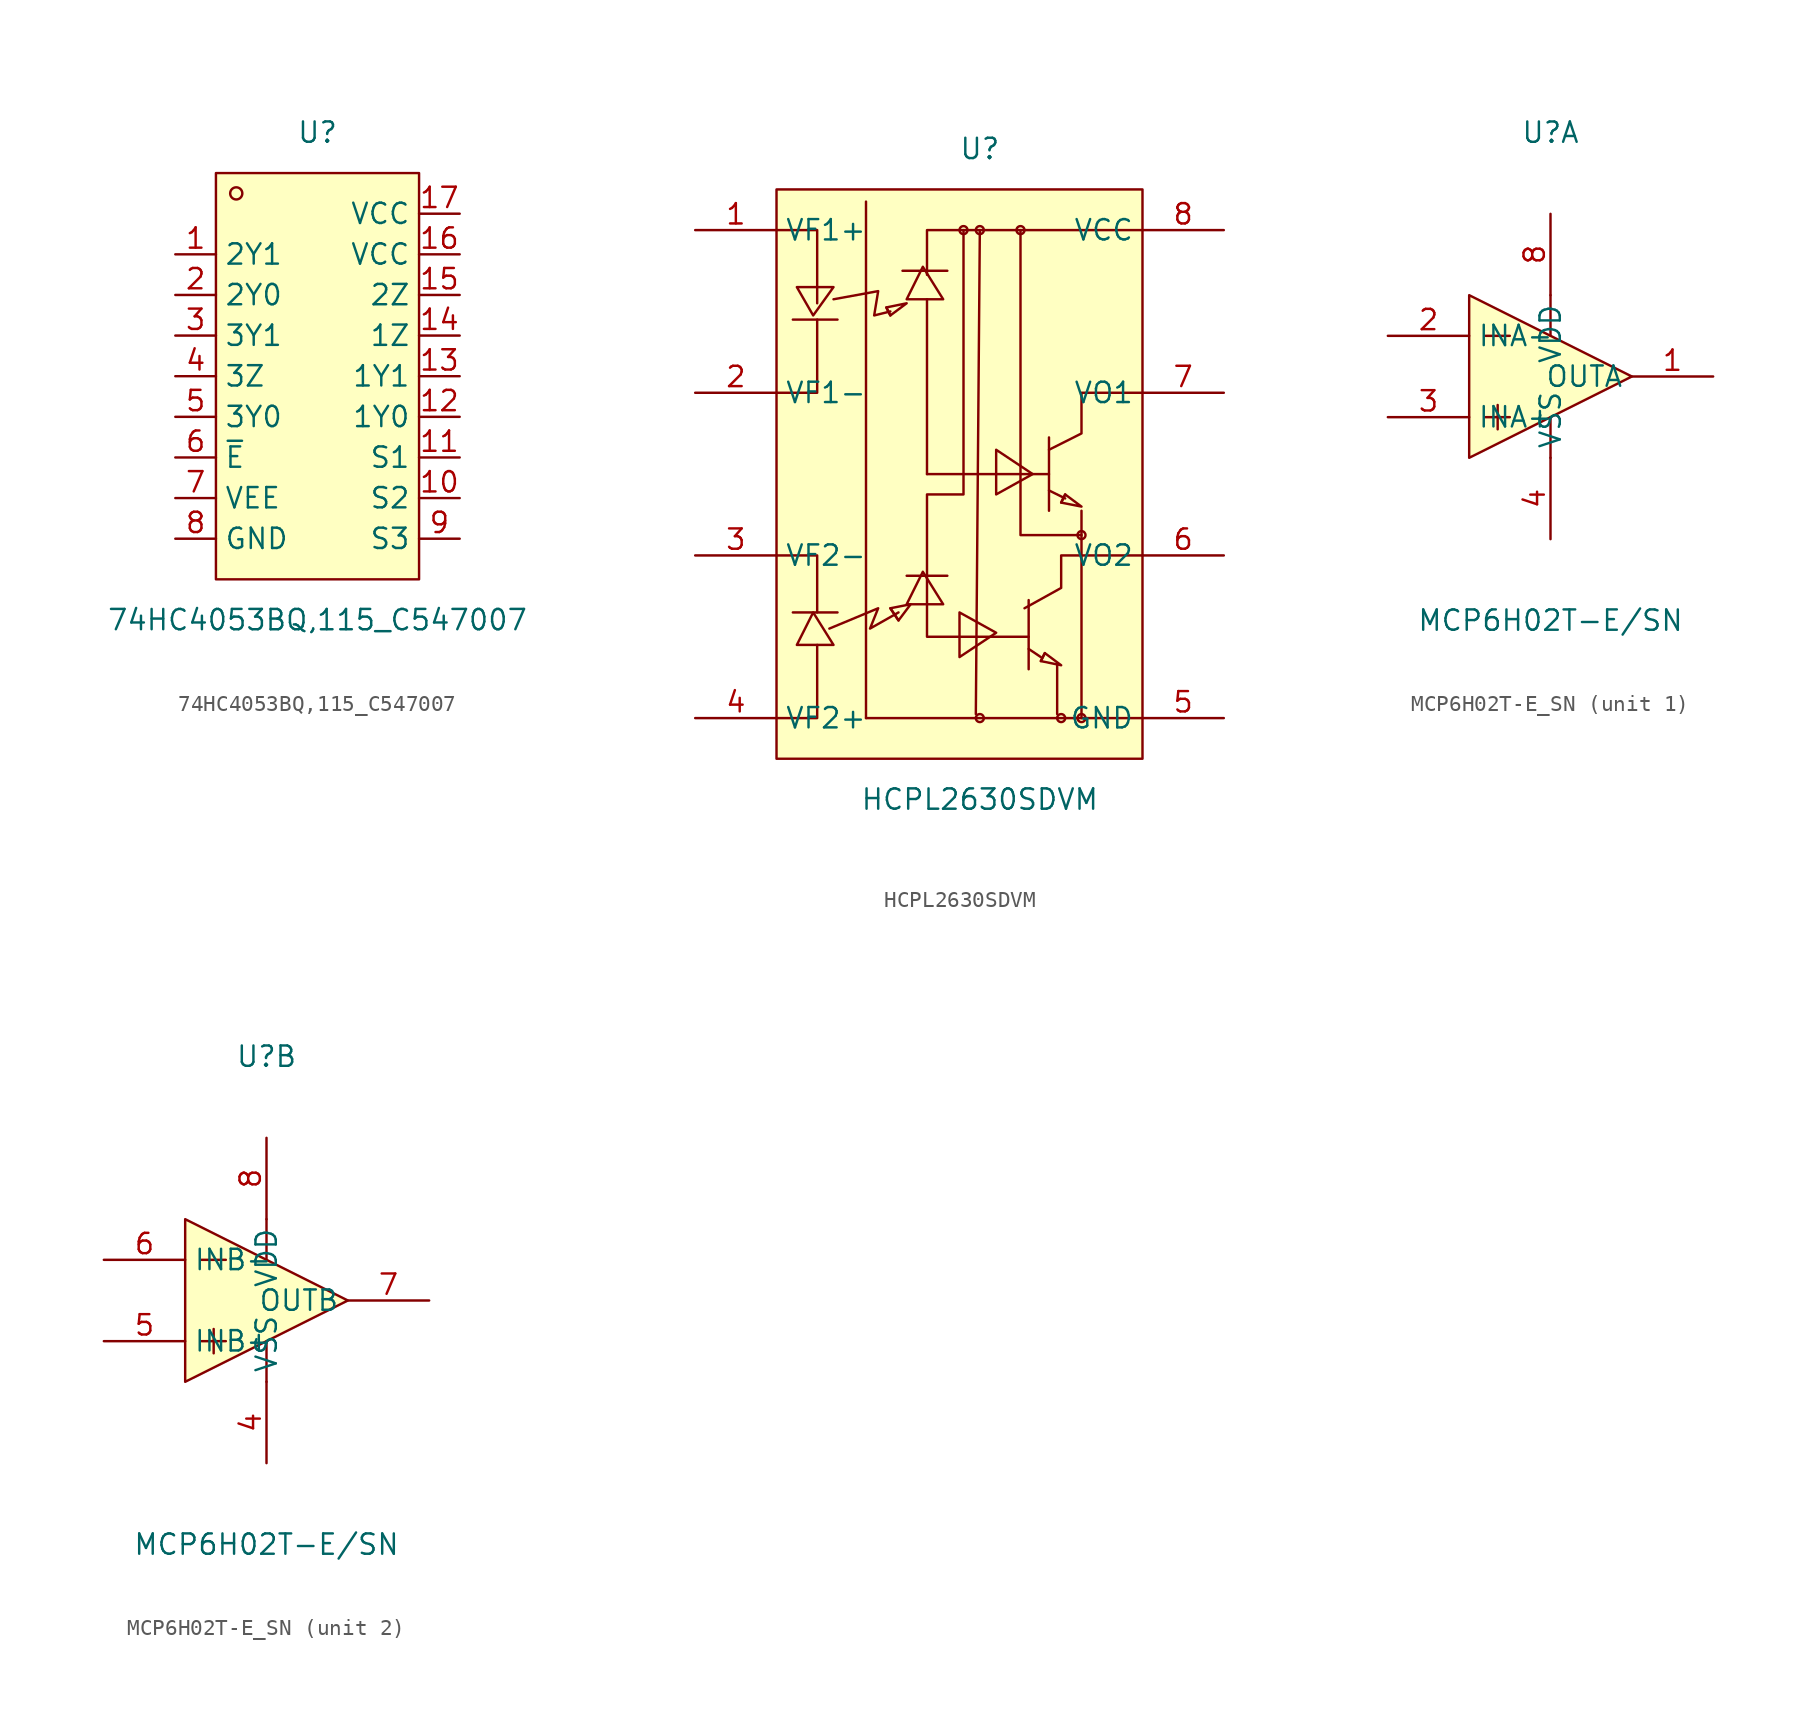
<source format=kicad_sym>
(kicad_symbol_lib
  (version 20241209)
  (generator "kicad_symbol_editor")
  (generator_version "9.0")
  (symbol "74HC4053BQ,115_C547007"
    (property "Reference" "U"
      (at 0 15.24 0)
      (effects (font (size 1.27 1.27))))
    (property "Value" "74HC4053BQ,115_C547007"
      (at 0 -15.24 0)
      (effects (font (size 1.27 1.27))))
    (symbol "74HC4053BQ,115_C547007_0_1"
      (rectangle (start -6.35 12.7) (end 6.35 -12.7) (stroke (width 0) (type default)) (fill (type background)))
      (circle (center -5.08 11.43) (radius 0.38) (stroke (width 0) (type default)) (fill (type none)))
      (pin unspecified line (at -8.89 7.62 0) (length 2.54) (name "2Y1" (effects (font (size 1.27 1.27)))) (number "1" (effects (font (size 1.27 1.27)))))
      (pin unspecified line (at -8.89 5.08 0) (length 2.54) (name "2Y0" (effects (font (size 1.27 1.27)))) (number "2" (effects (font (size 1.27 1.27)))))
      (pin unspecified line (at -8.89 2.54 0) (length 2.54) (name "3Y1" (effects (font (size 1.27 1.27)))) (number "3" (effects (font (size 1.27 1.27)))))
      (pin unspecified line (at -8.89 0 0) (length 2.54) (name "3Z" (effects (font (size 1.27 1.27)))) (number "4" (effects (font (size 1.27 1.27)))))
      (pin unspecified line (at -8.89 -2.54 0) (length 2.54) (name "3Y0" (effects (font (size 1.27 1.27)))) (number "5" (effects (font (size 1.27 1.27)))))
      (pin unspecified line (at -8.89 -5.08 0) (length 2.54) (name "~{E}" (effects (font (size 1.27 1.27)))) (number "6" (effects (font (size 1.27 1.27)))))
      (pin unspecified line (at -8.89 -7.62 0) (length 2.54) (name "VEE" (effects (font (size 1.27 1.27)))) (number "7" (effects (font (size 1.27 1.27)))))
      (pin unspecified line (at -8.89 -10.16 0) (length 2.54) (name "GND" (effects (font (size 1.27 1.27)))) (number "8" (effects (font (size 1.27 1.27)))))
      (pin unspecified line (at 8.89 10.16 180) (length 2.54) (name "VCC" (effects (font (size 1.27 1.27)))) (number "17" (effects (font (size 1.27 1.27)))))
      (pin unspecified line (at 8.89 7.62 180) (length 2.54) (name "VCC" (effects (font (size 1.27 1.27)))) (number "16" (effects (font (size 1.27 1.27)))))
      (pin unspecified line (at 8.89 5.08 180) (length 2.54) (name "2Z" (effects (font (size 1.27 1.27)))) (number "15" (effects (font (size 1.27 1.27)))))
      (pin unspecified line (at 8.89 2.54 180) (length 2.54) (name "1Z" (effects (font (size 1.27 1.27)))) (number "14" (effects (font (size 1.27 1.27)))))
      (pin unspecified line (at 8.89 0 180) (length 2.54) (name "1Y1" (effects (font (size 1.27 1.27)))) (number "13" (effects (font (size 1.27 1.27)))))
      (pin unspecified line (at 8.89 -2.54 180) (length 2.54) (name "1Y0" (effects (font (size 1.27 1.27)))) (number "12" (effects (font (size 1.27 1.27)))))
      (pin unspecified line (at 8.89 -5.08 180) (length 2.54) (name "S1" (effects (font (size 1.27 1.27)))) (number "11" (effects (font (size 1.27 1.27)))))
      (pin unspecified line (at 8.89 -7.62 180) (length 2.54) (name "S2" (effects (font (size 1.27 1.27)))) (number "10" (effects (font (size 1.27 1.27)))))
      (pin unspecified line (at 8.89 -10.16 180) (length 2.54) (name "S3" (effects (font (size 1.27 1.27)))) (number "9" (effects (font (size 1.27 1.27)))))))
  (symbol "HCPL2630SDVM"
    (property "Reference" "U"
      (at 0 20.32 0)
      (effects (font (size 1.27 1.27))))
    (property "Value" "HCPL2630SDVM"
      (at 0 -20.32 0)
      (effects (font (size 1.27 1.27))))
    (symbol "HCPL2630SDVM_0_1"
      (rectangle (start -12.7 17.78) (end 10.16 -17.78) (stroke (width 0) (type default)) (fill (type background)))
      (polyline (pts (xy -12.7 5.08) (xy -10.16 5.08) (xy -10.16 9.65)) (stroke (width 0) (type default)) (fill (type none)))
      (polyline (pts (xy -12.7 -5.08) (xy -10.16 -5.08) (xy -10.16 -8.64)) (stroke (width 0) (type default)) (fill (type none)))
      (polyline (pts (xy -11.68 9.65) (xy -8.89 9.65)) (stroke (width 0) (type default)) (fill (type none)))
      (polyline (pts (xy -11.68 -8.64) (xy -8.89 -8.64)) (stroke (width 0) (type default)) (fill (type none)))
      (polyline (pts (xy -10.16 10.67) (xy -10.16 15.24) (xy -12.7 15.24)) (stroke (width 0) (type default)) (fill (type none)))
      (polyline (pts (xy -10.16 -10.67) (xy -10.16 -15.24) (xy -12.7 -15.24)) (stroke (width 0) (type default)) (fill (type none)))
      (polyline (pts (xy -9.4 -9.65) (xy -6.35 -8.38) (xy -6.86 -9.65) (xy -5.08 -8.64)) (stroke (width 0) (type default)) (fill (type none)))
      (polyline (pts (xy -9.14 11.68) (xy -10.41 9.91) (xy -11.43 11.68) (xy -9.14 11.68) (xy -9.14 11.68)) (stroke (width 0) (type default)) (fill (type background)))
      (polyline (pts (xy -9.14 10.92) (xy -6.35 11.43) (xy -6.6 9.91) (xy -5.59 10.16)) (stroke (width 0) (type default)) (fill (type none)))
      (polyline (pts (xy -9.14 -10.67) (xy -10.41 -8.64) (xy -11.43 -10.67) (xy -9.14 -10.67) (xy -9.14 -10.67)) (stroke (width 0) (type default)) (fill (type background)))
      (polyline (pts (xy -7.11 17.02) (xy -7.11 -15.24)) (stroke (width 0) (type default)) (fill (type none)))
      (polyline (pts (xy -5.84 10.41) (xy -5.59 9.91)) (stroke (width 0) (type default)) (fill (type none)))
      (polyline (pts (xy -5.59 9.91) (xy -4.57 10.67) (xy -5.84 10.41) (xy -5.59 9.91)) (stroke (width 0) (type default)) (fill (type background)))
      (polyline (pts (xy -5.59 -8.38) (xy -5.08 -9.14)) (stroke (width 0) (type default)) (fill (type none)))
      (polyline (pts (xy -5.08 -9.14) (xy -4.32 -8.13) (xy -5.59 -8.38) (xy -5.08 -9.14)) (stroke (width 0) (type default)) (fill (type background)))
      (polyline (pts (xy -4.83 12.7) (xy -2.03 12.7)) (stroke (width 0) (type default)) (fill (type none)))
      (polyline (pts (xy -4.57 -6.35) (xy -2.03 -6.35)) (stroke (width 0) (type default)) (fill (type none)))
      (polyline (pts (xy -3.3 0) (xy -3.3 10.92)) (stroke (width 0) (type default)) (fill (type none)))
      (polyline (pts (xy -3.3 0) (xy 4.32 0)) (stroke (width 0) (type default)) (fill (type none)))
      (polyline (pts (xy -2.29 10.92) (xy -3.56 12.95) (xy -4.57 10.92) (xy -2.29 10.92) (xy -2.29 10.92)) (stroke (width 0) (type default)) (fill (type background)))
      (polyline (pts (xy -2.29 -8.13) (xy -3.56 -6.1) (xy -4.57 -8.13) (xy -2.29 -8.13) (xy -2.29 -8.13)) (stroke (width 0) (type default)) (fill (type background)))
      (polyline (pts (xy -1.27 -11.43) (xy 1.02 -9.91) (xy -1.27 -8.64) (xy -1.27 -11.43) (xy 1.02 -9.91) (xy -1.27 -8.64) (xy -1.27 -11.43) (xy -1.27 -11.43)) (stroke (width 0) (type default)) (fill (type background)))
      (circle (center -1.02 15.24) (radius 0.25) (stroke (width 0) (type default)) (fill (type none)))
      (polyline (pts (xy -1.02 15.24) (xy -1.02 -1.27) (xy -3.3 -1.27) (xy -3.3 -10.16) (xy 3.05 -10.16)) (stroke (width 0) (type default)) (fill (type none)))
      (circle (center 0 15.24) (radius 0.25) (stroke (width 0) (type default)) (fill (type none)))
      (polyline (pts (xy 0 15.24) (xy -0.25 -14.99)) (stroke (width 0) (type default)) (fill (type none)))
      (circle (center 0 -15.24) (radius 0.25) (stroke (width 0) (type default)) (fill (type none)))
      (polyline (pts (xy 1.02 -1.27) (xy 3.3 0) (xy 1.02 1.52) (xy 1.02 -1.27) (xy 3.3 0) (xy 1.02 1.52) (xy 1.02 -1.27) (xy 1.02 -1.27)) (stroke (width 0) (type default)) (fill (type background)))
      (polyline (pts (xy 2.54 15.24) (xy 2.54 -3.81) (xy 6.35 -3.81)) (stroke (width 0) (type default)) (fill (type none)))
      (circle (center 2.54 15.24) (radius 0.25) (stroke (width 0) (type default)) (fill (type none)))
      (polyline (pts (xy 2.79 -8.38) (xy 5.08 -7.11) (xy 5.08 -5.08) (xy 10.16 -5.08)) (stroke (width 0) (type default)) (fill (type none)))
      (polyline (pts (xy 3.05 -7.87) (xy 3.05 -12.19)) (stroke (width 0) (type default)) (fill (type none)))
      (polyline (pts (xy 3.05 -10.92) (xy 3.81 -11.43)) (stroke (width 0) (type default)) (fill (type none)))
      (polyline (pts (xy 4.06 -11.18) (xy 3.81 -11.68)) (stroke (width 0) (type default)) (fill (type none)))
      (polyline (pts (xy 4.06 -11.18) (xy 5.08 -11.94) (xy 3.81 -11.68) (xy 4.06 -11.18)) (stroke (width 0) (type default)) (fill (type background)))
      (polyline (pts (xy 4.32 2.29) (xy 4.32 -2.29)) (stroke (width 0) (type default)) (fill (type none)))
      (polyline (pts (xy 4.32 1.52) (xy 6.35 2.54) (xy 6.35 5.08) (xy 10.16 5.08)) (stroke (width 0) (type default)) (fill (type none)))
      (polyline (pts (xy 4.32 -1.02) (xy 5.33 -1.52)) (stroke (width 0) (type default)) (fill (type none)))
      (polyline (pts (xy 4.83 -11.94) (xy 4.83 -14.99)) (stroke (width 0) (type default)) (fill (type none)))
      (circle (center 5.08 -15.24) (radius 0.25) (stroke (width 0) (type default)) (fill (type none)))
      (polyline (pts (xy 5.33 -1.27) (xy 5.08 -1.78)) (stroke (width 0) (type default)) (fill (type none)))
      (polyline (pts (xy 5.33 -1.27) (xy 6.35 -2.03) (xy 5.08 -1.78) (xy 5.33 -1.27)) (stroke (width 0) (type default)) (fill (type background)))
      (polyline (pts (xy 6.35 -2.29) (xy 6.35 -15.24)) (stroke (width 0) (type default)) (fill (type none)))
      (circle (center 6.35 -3.81) (radius 0.25) (stroke (width 0) (type default)) (fill (type none)))
      (circle (center 6.35 -15.24) (radius 0.25) (stroke (width 0) (type default)) (fill (type none)))
      (polyline (pts (xy 10.16 15.24) (xy -3.3 15.24) (xy -3.3 12.45)) (stroke (width 0) (type default)) (fill (type none)))
      (polyline (pts (xy 10.16 -15.24) (xy -7.11 -15.24)) (stroke (width 0) (type default)) (fill (type none)))
      (pin unspecified line (at -17.78 15.24 0) (length 5.08) (name "VF1+" (effects (font (size 1.27 1.27)))) (number "1" (effects (font (size 1.27 1.27)))))
      (pin unspecified line (at -17.78 5.08 0) (length 5.08) (name "VF1-" (effects (font (size 1.27 1.27)))) (number "2" (effects (font (size 1.27 1.27)))))
      (pin unspecified line (at -17.78 -5.08 0) (length 5.08) (name "VF2-" (effects (font (size 1.27 1.27)))) (number "3" (effects (font (size 1.27 1.27)))))
      (pin unspecified line (at -17.78 -15.24 0) (length 5.08) (name "VF2+" (effects (font (size 1.27 1.27)))) (number "4" (effects (font (size 1.27 1.27)))))
      (pin unspecified line (at 15.24 15.24 180) (length 5.08) (name "VCC" (effects (font (size 1.27 1.27)))) (number "8" (effects (font (size 1.27 1.27)))))
      (pin unspecified line (at 15.24 5.08 180) (length 5.08) (name "VO1" (effects (font (size 1.27 1.27)))) (number "7" (effects (font (size 1.27 1.27)))))
      (pin unspecified line (at 15.24 -5.08 180) (length 5.08) (name "VO2" (effects (font (size 1.27 1.27)))) (number "6" (effects (font (size 1.27 1.27)))))
      (pin unspecified line (at 15.24 -15.24 180) (length 5.08) (name "GND" (effects (font (size 1.27 1.27)))) (number "5" (effects (font (size 1.27 1.27)))))))
  (symbol "MCP6H02T-E_SN"
    (property "Reference" "U"
      (at 0 15.24 0)
      (effects (font (size 1.27 1.27))))
    (property "Value" "MCP6H02T-E/SN"
      (at 0 -15.24 0)
      (effects (font (size 1.27 1.27))))
    (symbol "MCP6H02T-E_SN_0_1"
      (polyline (pts (xy -5.08 -5.08) (xy 5.08 0) (xy -5.08 5.08) (xy -5.08 -5.08)) (stroke (width 0) (type default)) (fill (type background)))
      (polyline (pts (xy -4.06 2.54) (xy -2.54 2.54)) (stroke (width 0) (type default)) (fill (type none)))
      (polyline (pts (xy -4.06 -2.54) (xy -2.54 -2.54)) (stroke (width 0) (type default)) (fill (type none)))
      (polyline (pts (xy -3.3 -1.78) (xy -3.3 -3.3)) (stroke (width 0) (type default)) (fill (type none)))
      (polyline (pts (xy 0 5.08) (xy 0 2.54)) (stroke (width 0) (type default)) (fill (type none)))
      (polyline (pts (xy 0 -2.54) (xy 0 -5.08)) (stroke (width 0) (type default)) (fill (type none)))
      (pin power_in line (at 0 10.16 270) (length 5.08) (name "VDD" (effects (font (size 1.27 1.27)))) (number "8" (effects (font (size 1.27 1.27)))))
      (pin power_in line (at 0 -10.16 90) (length 5.08) (name "VSS" (effects (font (size 1.27 1.27)))) (number "4" (effects (font (size 1.27 1.27))))))
    (symbol "MCP6H02T-E_SN_1_1"
      (pin unspecified line (at -10.16 2.54 0) (length 5.08) (name "INA-" (effects (font (size 1.27 1.27)))) (number "2" (effects (font (size 1.27 1.27)))))
      (pin unspecified line (at -10.16 -2.54 0) (length 5.08) (name "INA+" (effects (font (size 1.27 1.27)))) (number "3" (effects (font (size 1.27 1.27)))))
      (pin output line (at 10.16 0 180) (length 5.08) (name "OUTA" (effects (font (size 1.27 1.27)))) (number "1" (effects (font (size 1.27 1.27))))))
    (symbol "MCP6H02T-E_SN_2_1"
      (pin unspecified line (at -10.16 2.54 0) (length 5.08) (name "INB-" (effects (font (size 1.27 1.27)))) (number "6" (effects (font (size 1.27 1.27)))))
      (pin unspecified line (at -10.16 -2.54 0) (length 5.08) (name "INB+" (effects (font (size 1.27 1.27)))) (number "5" (effects (font (size 1.27 1.27)))))
      (pin output line (at 10.16 0 180) (length 5.08) (name "OUTB" (effects (font (size 1.27 1.27)))) (number "7" (effects (font (size 1.27 1.27))))))))
</source>
